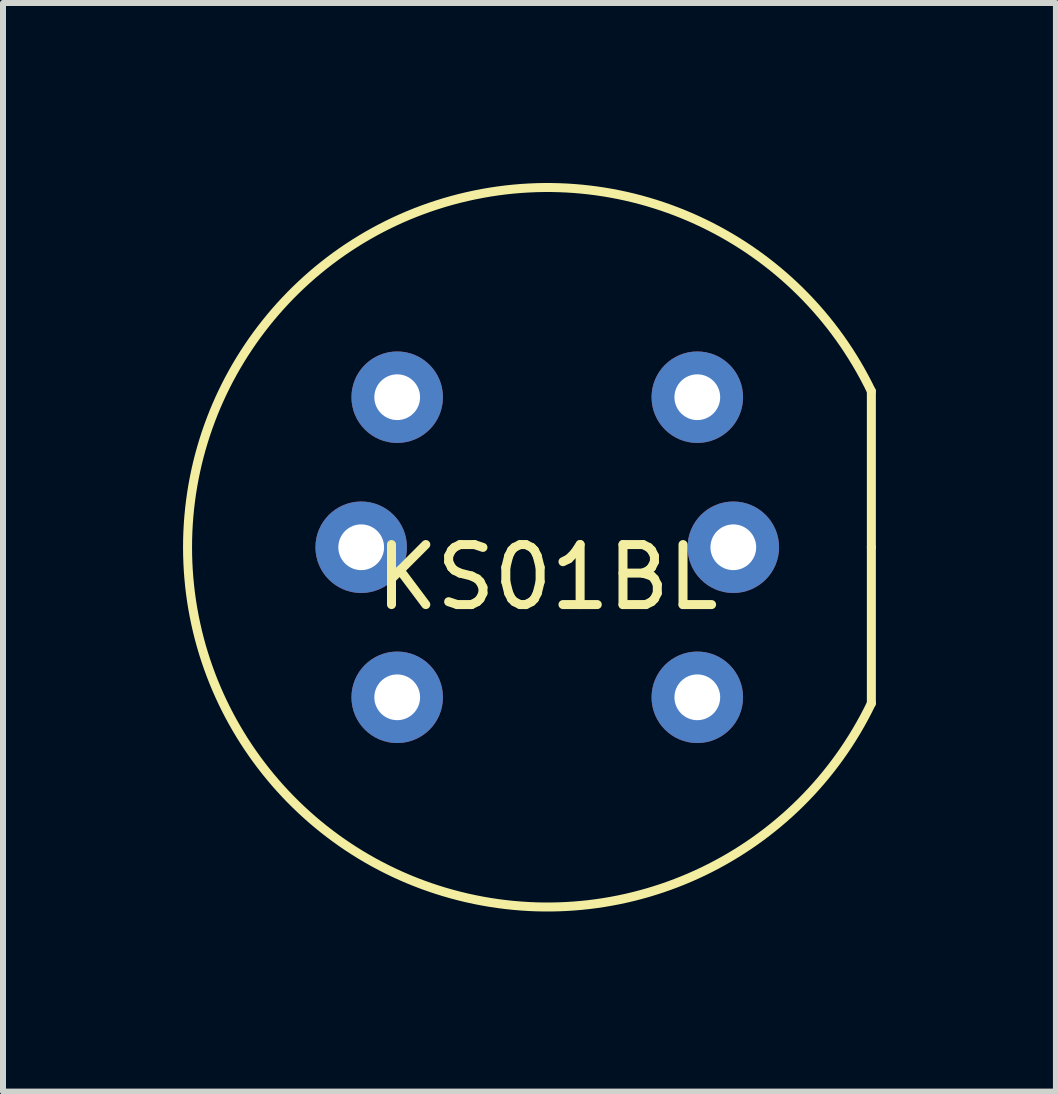
<source format=kicad_pcb>
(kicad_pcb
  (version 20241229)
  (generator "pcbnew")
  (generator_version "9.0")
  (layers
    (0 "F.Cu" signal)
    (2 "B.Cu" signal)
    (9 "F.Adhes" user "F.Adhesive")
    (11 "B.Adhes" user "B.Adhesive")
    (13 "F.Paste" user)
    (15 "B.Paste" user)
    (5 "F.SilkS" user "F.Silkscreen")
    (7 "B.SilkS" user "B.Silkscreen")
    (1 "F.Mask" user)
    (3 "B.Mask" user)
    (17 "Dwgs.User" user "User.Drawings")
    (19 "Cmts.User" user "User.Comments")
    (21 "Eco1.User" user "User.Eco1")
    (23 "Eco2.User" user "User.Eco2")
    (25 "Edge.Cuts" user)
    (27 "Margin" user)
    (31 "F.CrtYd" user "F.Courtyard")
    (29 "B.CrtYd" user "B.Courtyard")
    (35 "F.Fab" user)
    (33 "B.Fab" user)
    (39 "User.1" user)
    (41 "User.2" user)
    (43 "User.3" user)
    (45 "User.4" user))
  (footprint "KS01BL"
    (layer "F.Cu")
    (at 6.068 6.068)
    (property "Reference" "KS01BL" (at 0 0.5 0) (layer "F.SilkS") (effects (font (size 1 1) (thickness 0.15))))
    (attr through_hole)
    (fp_line (start 5.4 0) (end 5.4 -2.6) (stroke (width 0.15) (type solid)) (layer "F.SilkS"))
    (fp_line (start 5.4 0) (end 5.4 2.6) (stroke (width 0.15) (type solid)) (layer "F.SilkS"))
    (fp_arc (start 5.399999 2.6) (mid -5.993329 0) (end 5.399999 -2.599999) (stroke (width 0.15) (type solid)) (layer "F.SilkS"))
    (pad "1" thru_hole circle (at 2.5 -2.5) (size 1.524 1.524) (drill 0.762) (layers "*.Cu" "*.Mask"))
    (pad "2" thru_hole circle (at -2.5 -2.5) (size 1.524 1.524) (drill 0.762) (layers "*.Cu" "*.Mask"))
    (pad "3" thru_hole circle (at -2.5 2.5) (size 1.524 1.524) (drill 0.762) (layers "*.Cu" "*.Mask"))
    (pad "4" thru_hole circle (at 2.5 2.5) (size 1.524 1.524) (drill 0.762) (layers "*.Cu" "*.Mask"))
    (pad "5" thru_hole circle (at 3.1 0) (size 1.524 1.524) (drill 0.762) (layers "*.Cu" "*.Mask"))
    (pad "6" thru_hole circle (at -3.1 0) (size 1.524 1.524) (drill 0.762) (layers "*.Cu" "*.Mask")))
  (gr_rect
    (start -3 -3)
    (end 14.543 15.137)
    (stroke (width 0.1) (type default))
    (fill no)
    (layer "Edge.Cuts")))
</source>
